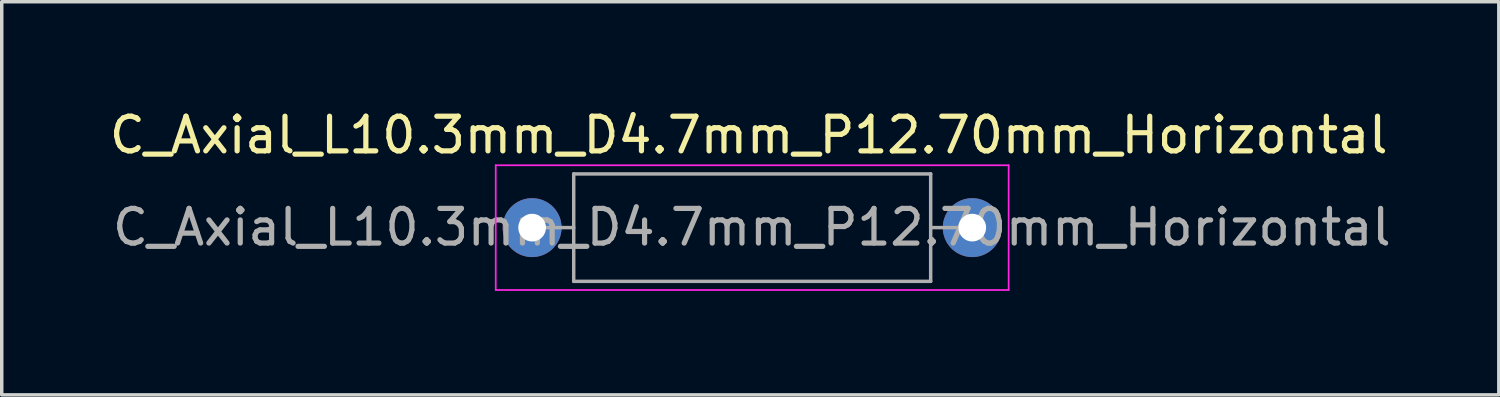
<source format=kicad_pcb>
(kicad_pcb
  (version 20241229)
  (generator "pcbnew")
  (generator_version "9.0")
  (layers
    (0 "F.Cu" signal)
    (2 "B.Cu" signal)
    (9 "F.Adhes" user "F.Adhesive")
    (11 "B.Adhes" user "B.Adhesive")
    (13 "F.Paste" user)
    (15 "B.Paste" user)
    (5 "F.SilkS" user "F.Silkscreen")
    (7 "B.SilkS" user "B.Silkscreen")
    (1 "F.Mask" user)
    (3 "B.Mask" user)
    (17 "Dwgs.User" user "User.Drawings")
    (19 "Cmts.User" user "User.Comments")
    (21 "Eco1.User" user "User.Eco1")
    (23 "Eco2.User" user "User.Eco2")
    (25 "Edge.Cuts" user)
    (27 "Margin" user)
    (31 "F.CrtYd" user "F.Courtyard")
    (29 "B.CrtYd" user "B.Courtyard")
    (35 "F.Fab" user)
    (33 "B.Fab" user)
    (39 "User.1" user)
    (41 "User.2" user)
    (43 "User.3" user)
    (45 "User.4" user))
  (footprint "C_Axial_L10.3mm_D4.7mm_P12.70mm_Horizontal"
    (layer "F.Cu")
    (at 12.304 3.518)
    (property "Reference" "C_Axial_L10.3mm_D4.7mm_P12.70mm_Horizontal" (at 6.25 -2.67 0) (layer "F.SilkS") (effects (font (size 1 1) (thickness 0.15))))
    (attr through_hole)
    (fp_line (start -1.05 -1.8) (end -1.05 1.8) (stroke (width 0.05) (type solid)) (layer "F.CrtYd"))
    (fp_line (start -1.05 1.8) (end 13.75 1.8) (stroke (width 0.05) (type solid)) (layer "F.CrtYd"))
    (fp_line (start 13.75 -1.8) (end -1.05 -1.8) (stroke (width 0.05) (type solid)) (layer "F.CrtYd"))
    (fp_line (start 13.75 1.8) (end 13.75 -1.8) (stroke (width 0.05) (type solid)) (layer "F.CrtYd"))
    (fp_line (start 0 0) (end 1.2 0) (stroke (width 0.1) (type solid)) (layer "F.Fab"))
    (fp_line (start 1.2 -1.55) (end 1.2 1.55) (stroke (width 0.1) (type solid)) (layer "F.Fab"))
    (fp_line (start 1.2 1.55) (end 11.5 1.55) (stroke (width 0.1) (type solid)) (layer "F.Fab"))
    (fp_line (start 11.5 -1.55) (end 1.2 -1.55) (stroke (width 0.1) (type solid)) (layer "F.Fab"))
    (fp_line (start 11.5 1.55) (end 11.5 -1.55) (stroke (width 0.1) (type solid)) (layer "F.Fab"))
    (fp_line (start 12.7 0) (end 11.5 0) (stroke (width 0.1) (type solid)) (layer "F.Fab"))
    (fp_text user "${REFERENCE}" (at 6.34 -0.01 0) (layer "F.Fab") (effects (font (size 1 1) (thickness 0.15))))
    (pad "1" thru_hole circle (at 0 0) (size 1.7 1.7) (drill 0.8) (layers "*.Cu" "*.Mask"))
    (pad "2" thru_hole oval (at 12.7 0) (size 1.7 1.7) (drill 0.8) (layers "*.Cu" "*.Mask")))
  (gr_rect
    (start -3 -3)
    (end 40.197 8.343)
    (stroke (width 0.1) (type default))
    (fill no)
    (layer "Edge.Cuts")))
</source>
